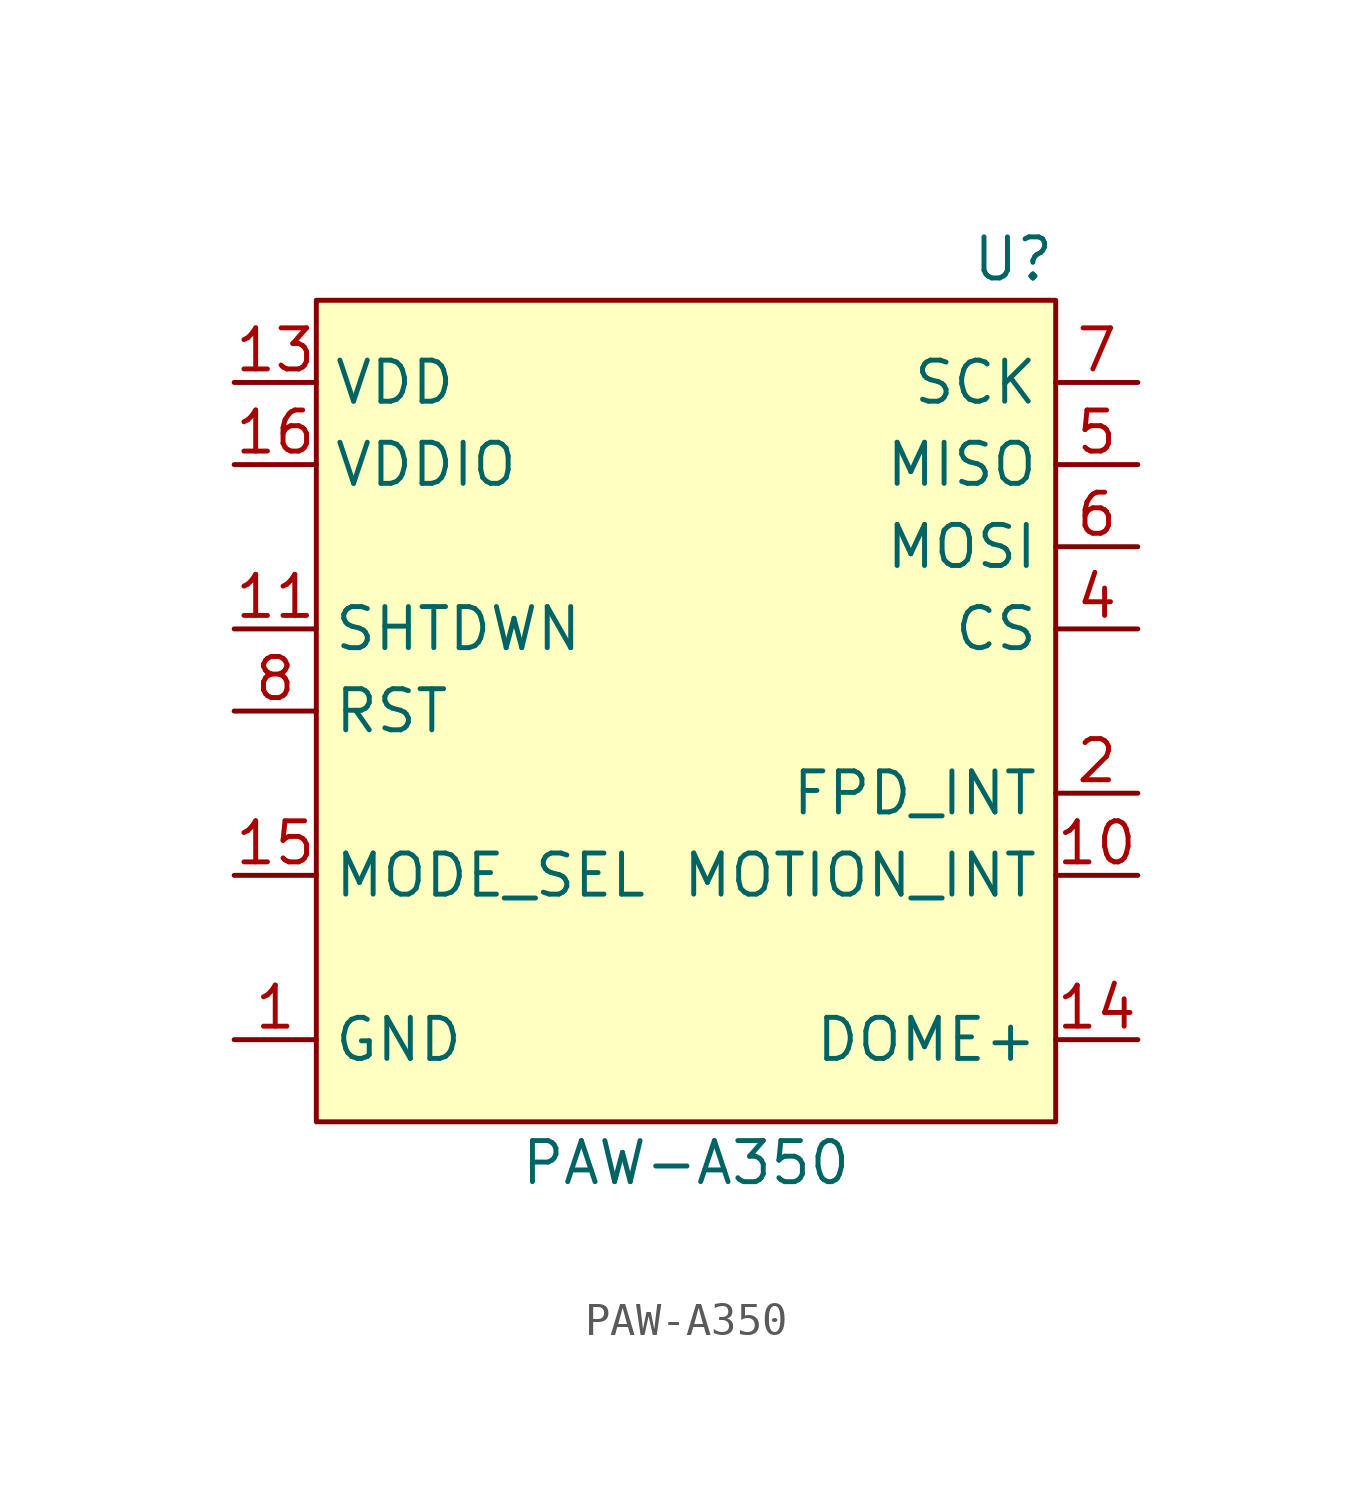
<source format=kicad_sym>
(kicad_symbol_lib
  (version 20220914)
  (generator kicad_symbol_editor)
  (symbol "PAW-A350"
    (property "Reference" "U"
      (at 11.43 13.97 0)
      (effects (font (size 1.27 1.27)) (justify right)))
    (property "Value" "PAW-A350"
      (at 0 -13.97 0)
      (effects (font (size 1.27 1.27))))
    (symbol "PAW-A350_0_0"
      (pin power_in line (at -13.97 -10.16 0) (length 2.54) (name "GND" (effects (font (size 1.27 1.27)))) (number "1" (effects (font (size 1.27 1.27)))))
      (pin output line (at 13.97 -5.08 180) (length 2.54) (name "MOTION_INT" (effects (font (size 1.27 1.27)))) (number "10" (effects (font (size 1.27 1.27)))))
      (pin input line (at -13.97 2.54 0) (length 2.54) (name "SHTDWN" (effects (font (size 1.27 1.27)))) (number "11" (effects (font (size 1.27 1.27)))))
      (pin no_connect line (at -1.27 7.62 0) (length 2.54) hide (name "NC" (effects (font (size 1.27 1.27)))) (number "12" (effects (font (size 1.27 1.27)))))
      (pin power_in line (at -13.97 10.16 0) (length 2.54) (name "VDD" (effects (font (size 1.27 1.27)))) (number "13" (effects (font (size 1.27 1.27)))))
      (pin input line (at -13.97 -5.08 0) (length 2.54) (name "MODE_SEL" (effects (font (size 1.27 1.27)))) (number "15" (effects (font (size 1.27 1.27)))))
      (pin power_in line (at -13.97 7.62 0) (length 2.54) (name "VDDIO" (effects (font (size 1.27 1.27)))) (number "16" (effects (font (size 1.27 1.27)))))
      (pin no_connect line (at -1.27 5.08 0) (length 2.54) hide (name "NC" (effects (font (size 1.27 1.27)))) (number "17" (effects (font (size 1.27 1.27)))))
      (pin output line (at 13.97 -2.54 180) (length 2.54) (name "FPD_INT" (effects (font (size 1.27 1.27)))) (number "2" (effects (font (size 1.27 1.27)))))
      (pin passive line (at -13.97 -10.16 0) (length 2.54) hide (name "GND" (effects (font (size 1.27 1.27)))) (number "3" (effects (font (size 1.27 1.27)))))
      (pin input line (at -13.97 0 0) (length 2.54) (name "RST" (effects (font (size 1.27 1.27)))) (number "8" (effects (font (size 1.27 1.27))))))
    (symbol "PAW-A350_1_0"
      (pin output line (at 13.97 -10.16 180) (length 2.54) (name "DOME+" (effects (font (size 1.27 1.27)))) (number "14" (effects (font (size 1.27 1.27)))))
      (pin input line (at 13.97 2.54 180) (length 2.54) (name "CS" (effects (font (size 1.27 1.27)))) (number "4" (effects (font (size 1.27 1.27)))) (alternate "ID_A1" input line))
      (pin bidirectional line (at 13.97 7.62 180) (length 2.54) (name "MISO" (effects (font (size 1.27 1.27)))) (number "5" (effects (font (size 1.27 1.27)))) (alternate "SDA" bidirectional line))
      (pin input line (at 13.97 5.08 180) (length 2.54) (name "MOSI" (effects (font (size 1.27 1.27)))) (number "6" (effects (font (size 1.27 1.27)))) (alternate "ID_A0" input line))
      (pin input line (at 13.97 10.16 180) (length 2.54) (name "SCK" (effects (font (size 1.27 1.27)))) (number "7" (effects (font (size 1.27 1.27)))) (alternate "SCL" input line))
      (pin passive line (at -13.97 -10.16 0) (length 2.54) hide (name "GND" (effects (font (size 1.27 1.27)))) (number "9" (effects (font (size 1.27 1.27))))))
    (symbol "PAW-A350_1_1"
      (rectangle (start -11.43 12.7) (end 11.43 -12.7) (stroke (width 0) (type default)) (fill (type background))))))
</source>
